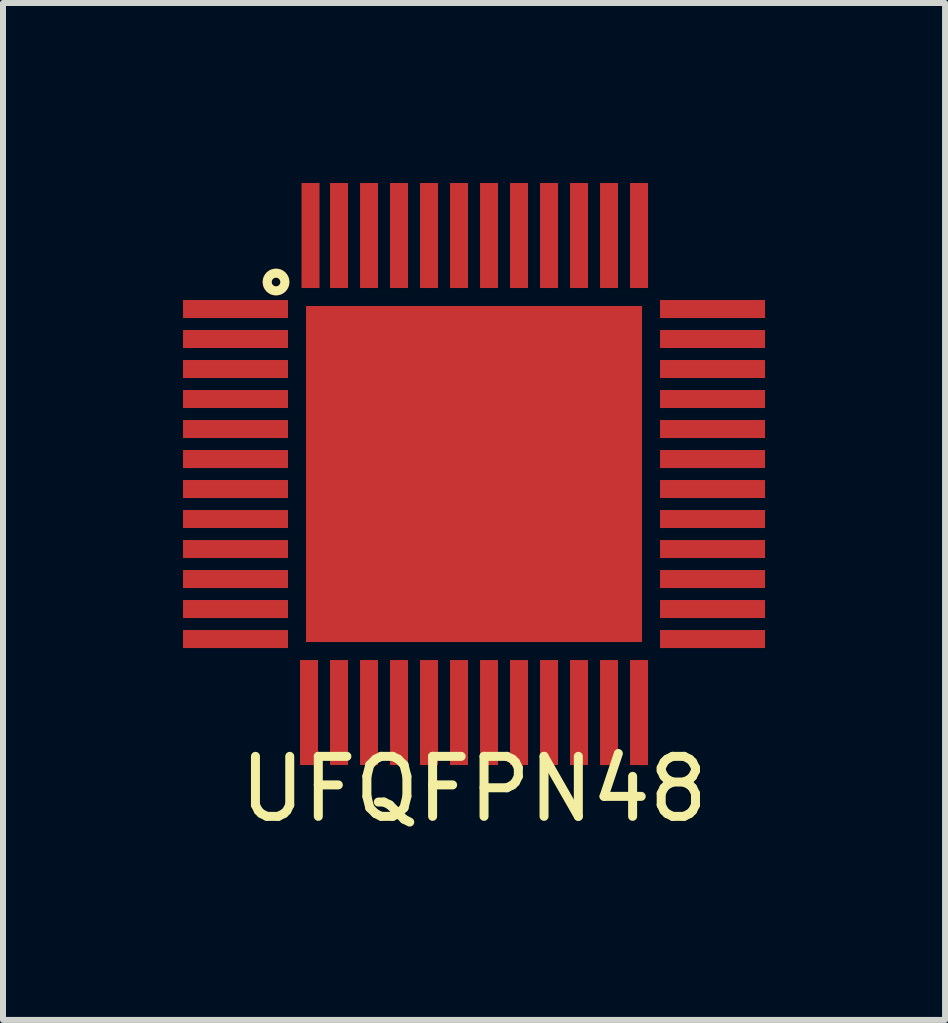
<source format=kicad_pcb>
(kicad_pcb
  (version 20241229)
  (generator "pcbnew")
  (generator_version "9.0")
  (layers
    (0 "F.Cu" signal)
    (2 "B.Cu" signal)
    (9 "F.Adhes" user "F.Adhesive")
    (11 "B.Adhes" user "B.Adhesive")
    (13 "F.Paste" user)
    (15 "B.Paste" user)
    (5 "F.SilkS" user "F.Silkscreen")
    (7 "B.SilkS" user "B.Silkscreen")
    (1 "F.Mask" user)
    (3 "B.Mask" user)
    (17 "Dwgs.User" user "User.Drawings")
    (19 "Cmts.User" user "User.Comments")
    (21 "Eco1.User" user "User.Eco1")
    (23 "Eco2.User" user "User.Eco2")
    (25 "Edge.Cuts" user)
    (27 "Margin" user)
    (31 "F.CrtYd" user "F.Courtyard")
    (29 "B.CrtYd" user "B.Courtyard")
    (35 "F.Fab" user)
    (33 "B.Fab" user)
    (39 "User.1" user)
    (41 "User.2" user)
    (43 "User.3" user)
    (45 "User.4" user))
  (footprint "UFQFPN48"
    (layer "F.Cu")
    (at 4.85 4.85)
    (property "Reference" "UFQFPN48" (at 0 5.25 0) (layer "F.SilkS") (effects (font (size 1 1) (thickness 0.15))))
    (attr through_hole)
    (fp_circle (center -3.3 -3.2) (end -3.23 -3.22) (stroke (width 0.15) (type solid)) (fill no) (layer "F.Cu"))
    (fp_circle (center -3.3 -3.2) (end -3.23 -3.22) (stroke (width 0.15) (type solid)) (fill no) (layer "F.SilkS"))
    (pad "0" smd trapezoid (at 0 0) (size 5.6 5.6) (layers "F.Cu" "F.Mask" "F.Paste"))
    (pad "1" smd trapezoid (at -3.975 -2.75 90) (size 0.3 1.75) (layers "F.Cu" "F.Mask" "F.Paste"))
    (pad "2" smd trapezoid (at -3.975 -2.25 90) (size 0.3 1.75) (layers "F.Cu" "F.Mask" "F.Paste"))
    (pad "3" smd trapezoid (at -3.975 -1.75 90) (size 0.3 1.75) (layers "F.Cu" "F.Mask" "F.Paste"))
    (pad "4" smd trapezoid (at -3.975 -1.25 90) (size 0.3 1.75) (layers "F.Cu" "F.Mask" "F.Paste"))
    (pad "5" smd trapezoid (at -3.975 -0.75 90) (size 0.3 1.75) (layers "F.Cu" "F.Mask" "F.Paste"))
    (pad "6" smd trapezoid (at -3.975 -0.25 90) (size 0.3 1.75) (layers "F.Cu" "F.Mask" "F.Paste"))
    (pad "7" smd trapezoid (at -3.975 0.25 90) (size 0.3 1.75) (layers "F.Cu" "F.Mask" "F.Paste"))
    (pad "8" smd trapezoid (at -3.975 0.75 90) (size 0.3 1.75) (layers "F.Cu" "F.Mask" "F.Paste"))
    (pad "9" smd trapezoid (at -3.975 1.25 90) (size 0.3 1.75) (layers "F.Cu" "F.Mask" "F.Paste"))
    (pad "10" smd trapezoid (at -3.975 1.75 90) (size 0.3 1.75) (layers "F.Cu" "F.Mask" "F.Paste"))
    (pad "11" smd trapezoid (at -3.975 2.25 90) (size 0.3 1.75) (layers "F.Cu" "F.Mask" "F.Paste"))
    (pad "12" smd trapezoid (at -3.975 2.75 90) (size 0.3 1.75) (layers "F.Cu" "F.Mask" "F.Paste"))
    (pad "13" smd trapezoid (at -2.75 3.975) (size 0.3 1.75) (layers "F.Cu" "F.Mask" "F.Paste"))
    (pad "14" smd trapezoid (at -2.25 3.975) (size 0.3 1.75) (layers "F.Cu" "F.Mask" "F.Paste"))
    (pad "15" smd trapezoid (at -1.75 3.975) (size 0.3 1.75) (layers "F.Cu" "F.Mask" "F.Paste"))
    (pad "16" smd trapezoid (at -1.25 3.975) (size 0.3 1.75) (layers "F.Cu" "F.Mask" "F.Paste"))
    (pad "17" smd trapezoid (at -0.75 3.975) (size 0.3 1.75) (layers "F.Cu" "F.Mask" "F.Paste"))
    (pad "18" smd trapezoid (at -0.25 3.975) (size 0.3 1.75) (layers "F.Cu" "F.Mask" "F.Paste"))
    (pad "19" smd trapezoid (at 0.25 3.975) (size 0.3 1.75) (layers "F.Cu" "F.Mask" "F.Paste"))
    (pad "20" smd trapezoid (at 0.75 3.975) (size 0.3 1.75) (layers "F.Cu" "F.Mask" "F.Paste"))
    (pad "21" smd trapezoid (at 1.25 3.975) (size 0.3 1.75) (layers "F.Cu" "F.Mask" "F.Paste"))
    (pad "22" smd trapezoid (at 1.75 3.975) (size 0.3 1.75) (layers "F.Cu" "F.Mask" "F.Paste"))
    (pad "23" smd trapezoid (at 2.25 3.975) (size 0.3 1.75) (layers "F.Cu" "F.Mask" "F.Paste"))
    (pad "24" smd trapezoid (at 2.75 3.975) (size 0.3 1.75) (layers "F.Cu" "F.Mask" "F.Paste"))
    (pad "25" smd trapezoid (at 3.975 2.75 90) (size 0.3 1.75) (layers "F.Cu" "F.Mask" "F.Paste"))
    (pad "26" smd trapezoid (at 3.975 2.25 90) (size 0.3 1.75) (layers "F.Cu" "F.Mask" "F.Paste"))
    (pad "27" smd trapezoid (at 3.975 1.75 90) (size 0.3 1.75) (layers "F.Cu" "F.Mask" "F.Paste"))
    (pad "28" smd trapezoid (at 3.975 1.25 90) (size 0.3 1.75) (layers "F.Cu" "F.Mask" "F.Paste"))
    (pad "29" smd trapezoid (at 3.975 0.75 90) (size 0.3 1.75) (layers "F.Cu" "F.Mask" "F.Paste"))
    (pad "30" smd trapezoid (at 3.975 0.25 90) (size 0.3 1.75) (layers "F.Cu" "F.Mask" "F.Paste"))
    (pad "31" smd trapezoid (at 3.975 -0.25 90) (size 0.3 1.75) (layers "F.Cu" "F.Mask" "F.Paste"))
    (pad "32" smd trapezoid (at 3.975 -0.75 90) (size 0.3 1.75) (layers "F.Cu" "F.Mask" "F.Paste"))
    (pad "33" smd trapezoid (at 3.975 -1.25 90) (size 0.3 1.75) (layers "F.Cu" "F.Mask" "F.Paste"))
    (pad "34" smd trapezoid (at 3.975 -1.75 90) (size 0.3 1.75) (layers "F.Cu" "F.Mask" "F.Paste"))
    (pad "35" smd trapezoid (at 3.975 -2.25 90) (size 0.3 1.75) (layers "F.Cu" "F.Mask" "F.Paste"))
    (pad "36" smd trapezoid (at 3.975 -2.75 90) (size 0.3 1.75) (layers "F.Cu" "F.Mask" "F.Paste"))
    (pad "37" smd trapezoid (at 2.75 -3.975) (size 0.3 1.75) (layers "F.Cu" "F.Mask" "F.Paste"))
    (pad "38" smd trapezoid (at 2.25 -3.975) (size 0.3 1.75) (layers "F.Cu" "F.Mask" "F.Paste"))
    (pad "39" smd trapezoid (at 1.75 -3.975) (size 0.3 1.75) (layers "F.Cu" "F.Mask" "F.Paste"))
    (pad "40" smd trapezoid (at 1.25 -3.975) (size 0.3 1.75) (layers "F.Cu" "F.Mask" "F.Paste"))
    (pad "41" smd trapezoid (at 0.75 -3.975) (size 0.3 1.75) (layers "F.Cu" "F.Mask" "F.Paste"))
    (pad "42" smd trapezoid (at 0.25 -3.975) (size 0.3 1.75) (layers "F.Cu" "F.Mask" "F.Paste"))
    (pad "43" smd trapezoid (at -0.25 -3.975 180) (size 0.3 1.75) (layers "F.Cu" "F.Mask" "F.Paste"))
    (pad "44" smd trapezoid (at -0.75 -3.975) (size 0.3 1.75) (layers "F.Cu" "F.Mask" "F.Paste"))
    (pad "45" smd trapezoid (at -1.25 -3.975) (size 0.3 1.75) (layers "F.Cu" "F.Mask" "F.Paste"))
    (pad "46" smd trapezoid (at -1.75 -3.975) (size 0.3 1.75) (layers "F.Cu" "F.Mask" "F.Paste"))
    (pad "47" smd trapezoid (at -2.25 -3.975) (size 0.3 1.75) (layers "F.Cu" "F.Mask" "F.Paste"))
    (pad "48" smd trapezoid (at -2.725 -3.975) (size 0.3 1.75) (layers "F.Cu" "F.Mask" "F.Paste")))
  (gr_rect
    (start -3 -3)
    (end 12.7 13.948)
    (stroke (width 0.1) (type default))
    (fill no)
    (layer "Edge.Cuts")))
</source>
